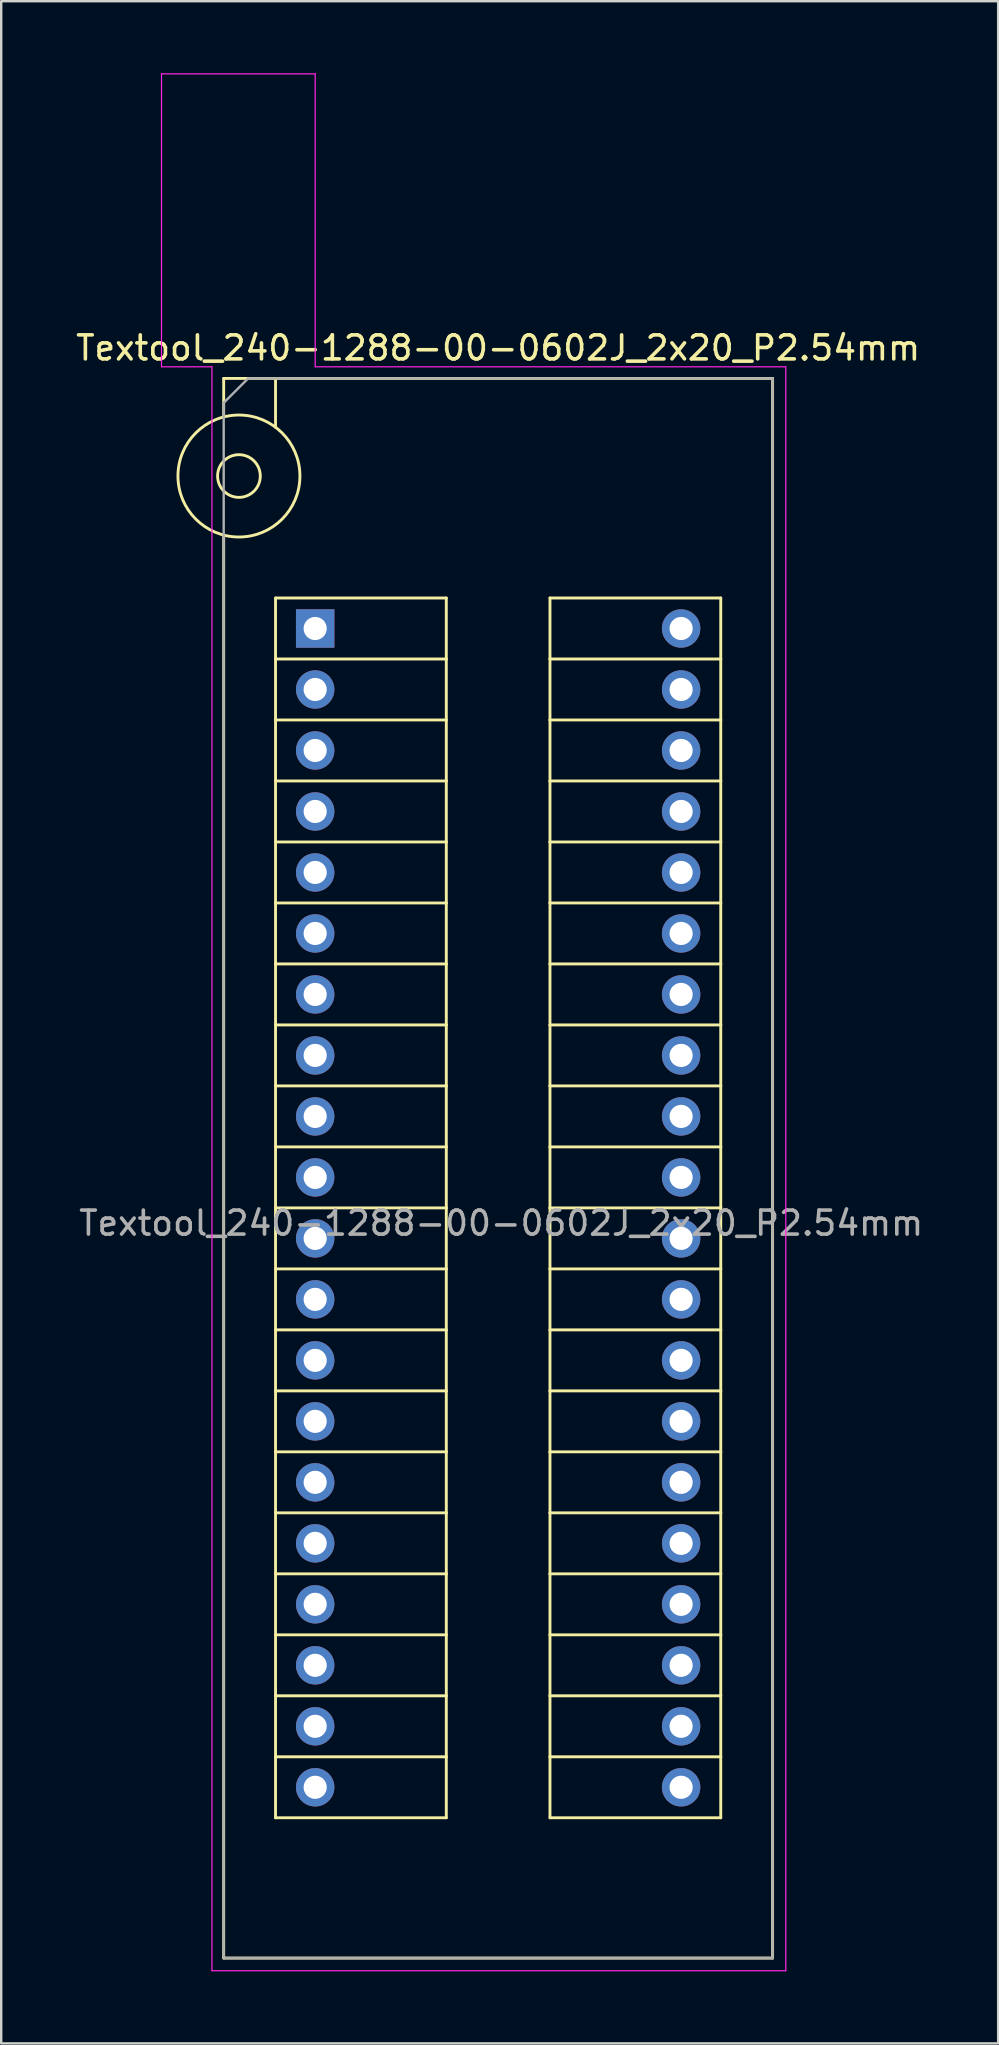
<source format=kicad_pcb>
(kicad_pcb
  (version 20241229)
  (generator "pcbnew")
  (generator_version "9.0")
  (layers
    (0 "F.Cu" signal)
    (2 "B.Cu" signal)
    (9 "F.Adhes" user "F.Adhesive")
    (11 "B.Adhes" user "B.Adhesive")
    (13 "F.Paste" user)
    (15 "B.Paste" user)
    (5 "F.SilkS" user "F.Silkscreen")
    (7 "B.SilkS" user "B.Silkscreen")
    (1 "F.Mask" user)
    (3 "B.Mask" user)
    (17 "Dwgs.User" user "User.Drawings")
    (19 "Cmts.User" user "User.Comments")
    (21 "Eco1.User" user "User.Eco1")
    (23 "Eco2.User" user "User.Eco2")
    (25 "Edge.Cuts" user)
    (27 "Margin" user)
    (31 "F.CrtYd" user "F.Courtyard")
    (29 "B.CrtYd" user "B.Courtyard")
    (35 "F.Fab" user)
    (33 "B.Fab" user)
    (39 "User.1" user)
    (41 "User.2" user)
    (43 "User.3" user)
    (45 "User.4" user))
  (footprint "Textool_240-1288-00-0602J_2x20_P2.54mm"
    (layer "F.Cu")
    (at 10.076 23.125)
    (property "Reference" "Textool_240-1288-00-0602J_2x20_P2.54mm" (at 7.62 -11.684 0) (layer "F.SilkS") (effects (font (size 1 1) (thickness 0.15))))
    (attr through_hole)
    (fp_line (start -3.81 -10.414) (end -3.81 -8.89) (stroke (width 0.12) (type solid)) (layer "F.SilkS"))
    (fp_line (start -3.81 -3.81) (end -3.81 55.372) (stroke (width 0.12) (type solid)) (layer "F.SilkS"))
    (fp_line (start -3.81 55.372) (end 19.05 55.372) (stroke (width 0.12) (type solid)) (layer "F.SilkS"))
    (fp_line (start -1.651 -10.414) (end -1.651 -8.382) (stroke (width 0.12) (type solid)) (layer "F.SilkS"))
    (fp_line (start -1.651 -1.27) (end 5.461 -1.27) (stroke (width 0.12) (type solid)) (layer "F.SilkS"))
    (fp_line (start -1.651 1.27) (end -1.651 -1.27) (stroke (width 0.12) (type solid)) (layer "F.SilkS"))
    (fp_line (start -1.651 1.27) (end 5.461 1.27) (stroke (width 0.12) (type solid)) (layer "F.SilkS"))
    (fp_line (start -1.651 3.81) (end -1.651 1.27) (stroke (width 0.12) (type solid)) (layer "F.SilkS"))
    (fp_line (start -1.651 3.81) (end 5.461 3.81) (stroke (width 0.12) (type solid)) (layer "F.SilkS"))
    (fp_line (start -1.651 6.35) (end -1.651 3.81) (stroke (width 0.12) (type solid)) (layer "F.SilkS"))
    (fp_line (start -1.651 6.35) (end 5.461 6.35) (stroke (width 0.12) (type solid)) (layer "F.SilkS"))
    (fp_line (start -1.651 8.89) (end -1.651 6.35) (stroke (width 0.12) (type solid)) (layer "F.SilkS"))
    (fp_line (start -1.651 8.89) (end 5.461 8.89) (stroke (width 0.12) (type solid)) (layer "F.SilkS"))
    (fp_line (start -1.651 11.43) (end -1.651 8.89) (stroke (width 0.12) (type solid)) (layer "F.SilkS"))
    (fp_line (start -1.651 11.43) (end 5.461 11.43) (stroke (width 0.12) (type solid)) (layer "F.SilkS"))
    (fp_line (start -1.651 13.97) (end -1.651 11.43) (stroke (width 0.12) (type solid)) (layer "F.SilkS"))
    (fp_line (start -1.651 13.97) (end 5.461 13.97) (stroke (width 0.12) (type solid)) (layer "F.SilkS"))
    (fp_line (start -1.651 16.51) (end -1.651 13.97) (stroke (width 0.12) (type solid)) (layer "F.SilkS"))
    (fp_line (start -1.651 16.51) (end 5.461 16.51) (stroke (width 0.12) (type solid)) (layer "F.SilkS"))
    (fp_line (start -1.651 19.05) (end -1.651 16.51) (stroke (width 0.12) (type solid)) (layer "F.SilkS"))
    (fp_line (start -1.651 19.05) (end 5.461 19.05) (stroke (width 0.12) (type solid)) (layer "F.SilkS"))
    (fp_line (start -1.651 21.59) (end -1.651 19.05) (stroke (width 0.12) (type solid)) (layer "F.SilkS"))
    (fp_line (start -1.651 21.59) (end 5.461 21.59) (stroke (width 0.12) (type solid)) (layer "F.SilkS"))
    (fp_line (start -1.651 24.13) (end -1.651 21.59) (stroke (width 0.12) (type solid)) (layer "F.SilkS"))
    (fp_line (start -1.651 24.13) (end 5.461 24.13) (stroke (width 0.12) (type solid)) (layer "F.SilkS"))
    (fp_line (start -1.651 26.67) (end -1.651 24.13) (stroke (width 0.12) (type solid)) (layer "F.SilkS"))
    (fp_line (start -1.651 26.67) (end 5.461 26.67) (stroke (width 0.12) (type solid)) (layer "F.SilkS"))
    (fp_line (start -1.651 29.21) (end -1.651 26.67) (stroke (width 0.12) (type solid)) (layer "F.SilkS"))
    (fp_line (start -1.651 29.21) (end 5.461 29.21) (stroke (width 0.12) (type solid)) (layer "F.SilkS"))
    (fp_line (start -1.651 31.75) (end -1.651 29.21) (stroke (width 0.12) (type solid)) (layer "F.SilkS"))
    (fp_line (start -1.651 31.75) (end 5.461 31.75) (stroke (width 0.12) (type solid)) (layer "F.SilkS"))
    (fp_line (start -1.651 34.29) (end -1.651 31.75) (stroke (width 0.12) (type solid)) (layer "F.SilkS"))
    (fp_line (start -1.651 34.29) (end 5.461 34.29) (stroke (width 0.12) (type solid)) (layer "F.SilkS"))
    (fp_line (start -1.651 36.83) (end -1.651 34.29) (stroke (width 0.12) (type solid)) (layer "F.SilkS"))
    (fp_line (start -1.651 36.83) (end 5.461 36.83) (stroke (width 0.12) (type solid)) (layer "F.SilkS"))
    (fp_line (start -1.651 39.37) (end -1.651 36.83) (stroke (width 0.12) (type solid)) (layer "F.SilkS"))
    (fp_line (start -1.651 39.37) (end 5.461 39.37) (stroke (width 0.12) (type solid)) (layer "F.SilkS"))
    (fp_line (start -1.651 41.91) (end -1.651 39.37) (stroke (width 0.12) (type solid)) (layer "F.SilkS"))
    (fp_line (start -1.651 41.91) (end 5.461 41.91) (stroke (width 0.12) (type solid)) (layer "F.SilkS"))
    (fp_line (start -1.651 44.45) (end -1.651 41.91) (stroke (width 0.12) (type solid)) (layer "F.SilkS"))
    (fp_line (start -1.651 44.45) (end 5.461 44.45) (stroke (width 0.12) (type solid)) (layer "F.SilkS"))
    (fp_line (start -1.651 46.99) (end -1.651 44.45) (stroke (width 0.12) (type solid)) (layer "F.SilkS"))
    (fp_line (start -1.651 46.99) (end 5.461 46.99) (stroke (width 0.12) (type solid)) (layer "F.SilkS"))
    (fp_line (start -1.651 49.53) (end -1.651 46.99) (stroke (width 0.12) (type solid)) (layer "F.SilkS"))
    (fp_line (start -1.651 49.53) (end 5.461 49.53) (stroke (width 0.12) (type solid)) (layer "F.SilkS"))
    (fp_line (start 5.461 -1.27) (end 5.461 1.27) (stroke (width 0.12) (type solid)) (layer "F.SilkS"))
    (fp_line (start 5.461 1.27) (end 5.461 3.81) (stroke (width 0.12) (type solid)) (layer "F.SilkS"))
    (fp_line (start 5.461 3.81) (end 5.461 6.35) (stroke (width 0.12) (type solid)) (layer "F.SilkS"))
    (fp_line (start 5.461 6.35) (end 5.461 8.89) (stroke (width 0.12) (type solid)) (layer "F.SilkS"))
    (fp_line (start 5.461 8.89) (end 5.461 11.43) (stroke (width 0.12) (type solid)) (layer "F.SilkS"))
    (fp_line (start 5.461 11.43) (end 5.461 13.97) (stroke (width 0.12) (type solid)) (layer "F.SilkS"))
    (fp_line (start 5.461 13.97) (end 5.461 16.51) (stroke (width 0.12) (type solid)) (layer "F.SilkS"))
    (fp_line (start 5.461 16.51) (end 5.461 19.05) (stroke (width 0.12) (type solid)) (layer "F.SilkS"))
    (fp_line (start 5.461 19.05) (end 5.461 21.59) (stroke (width 0.12) (type solid)) (layer "F.SilkS"))
    (fp_line (start 5.461 21.59) (end 5.461 24.13) (stroke (width 0.12) (type solid)) (layer "F.SilkS"))
    (fp_line (start 5.461 24.13) (end 5.461 26.67) (stroke (width 0.12) (type solid)) (layer "F.SilkS"))
    (fp_line (start 5.461 26.67) (end 5.461 29.21) (stroke (width 0.12) (type solid)) (layer "F.SilkS"))
    (fp_line (start 5.461 29.21) (end 5.461 31.75) (stroke (width 0.12) (type solid)) (layer "F.SilkS"))
    (fp_line (start 5.461 31.75) (end 5.461 34.29) (stroke (width 0.12) (type solid)) (layer "F.SilkS"))
    (fp_line (start 5.461 34.29) (end 5.461 36.83) (stroke (width 0.12) (type solid)) (layer "F.SilkS"))
    (fp_line (start 5.461 36.83) (end 5.461 39.37) (stroke (width 0.12) (type solid)) (layer "F.SilkS"))
    (fp_line (start 5.461 39.37) (end 5.461 41.91) (stroke (width 0.12) (type solid)) (layer "F.SilkS"))
    (fp_line (start 5.461 41.91) (end 5.461 44.45) (stroke (width 0.12) (type solid)) (layer "F.SilkS"))
    (fp_line (start 5.461 44.45) (end 5.461 46.99) (stroke (width 0.12) (type solid)) (layer "F.SilkS"))
    (fp_line (start 5.461 46.99) (end 5.461 49.53) (stroke (width 0.12) (type solid)) (layer "F.SilkS"))
    (fp_line (start 9.779 -1.27) (end 16.891 -1.27) (stroke (width 0.12) (type solid)) (layer "F.SilkS"))
    (fp_line (start 9.779 1.27) (end 9.779 -1.27) (stroke (width 0.12) (type solid)) (layer "F.SilkS"))
    (fp_line (start 9.779 1.27) (end 16.891 1.27) (stroke (width 0.12) (type solid)) (layer "F.SilkS"))
    (fp_line (start 9.779 3.81) (end 9.779 1.27) (stroke (width 0.12) (type solid)) (layer "F.SilkS"))
    (fp_line (start 9.779 3.81) (end 16.891 3.81) (stroke (width 0.12) (type solid)) (layer "F.SilkS"))
    (fp_line (start 9.779 6.35) (end 9.779 3.81) (stroke (width 0.12) (type solid)) (layer "F.SilkS"))
    (fp_line (start 9.779 6.35) (end 16.891 6.35) (stroke (width 0.12) (type solid)) (layer "F.SilkS"))
    (fp_line (start 9.779 8.89) (end 9.779 6.35) (stroke (width 0.12) (type solid)) (layer "F.SilkS"))
    (fp_line (start 9.779 8.89) (end 16.891 8.89) (stroke (width 0.12) (type solid)) (layer "F.SilkS"))
    (fp_line (start 9.779 11.43) (end 9.779 8.89) (stroke (width 0.12) (type solid)) (layer "F.SilkS"))
    (fp_line (start 9.779 11.43) (end 16.891 11.43) (stroke (width 0.12) (type solid)) (layer "F.SilkS"))
    (fp_line (start 9.779 13.97) (end 9.779 11.43) (stroke (width 0.12) (type solid)) (layer "F.SilkS"))
    (fp_line (start 9.779 13.97) (end 16.891 13.97) (stroke (width 0.12) (type solid)) (layer "F.SilkS"))
    (fp_line (start 9.779 16.51) (end 9.779 13.97) (stroke (width 0.12) (type solid)) (layer "F.SilkS"))
    (fp_line (start 9.779 16.51) (end 16.891 16.51) (stroke (width 0.12) (type solid)) (layer "F.SilkS"))
    (fp_line (start 9.779 19.05) (end 9.779 16.51) (stroke (width 0.12) (type solid)) (layer "F.SilkS"))
    (fp_line (start 9.779 19.05) (end 16.891 19.05) (stroke (width 0.12) (type solid)) (layer "F.SilkS"))
    (fp_line (start 9.779 21.59) (end 9.779 19.05) (stroke (width 0.12) (type solid)) (layer "F.SilkS"))
    (fp_line (start 9.779 21.59) (end 16.891 21.59) (stroke (width 0.12) (type solid)) (layer "F.SilkS"))
    (fp_line (start 9.779 24.13) (end 9.779 21.59) (stroke (width 0.12) (type solid)) (layer "F.SilkS"))
    (fp_line (start 9.779 24.13) (end 16.891 24.13) (stroke (width 0.12) (type solid)) (layer "F.SilkS"))
    (fp_line (start 9.779 26.67) (end 9.779 24.13) (stroke (width 0.12) (type solid)) (layer "F.SilkS"))
    (fp_line (start 9.779 26.67) (end 16.891 26.67) (stroke (width 0.12) (type solid)) (layer "F.SilkS"))
    (fp_line (start 9.779 29.21) (end 9.779 26.67) (stroke (width 0.12) (type solid)) (layer "F.SilkS"))
    (fp_line (start 9.779 29.21) (end 16.891 29.21) (stroke (width 0.12) (type solid)) (layer "F.SilkS"))
    (fp_line (start 9.779 31.75) (end 9.779 29.21) (stroke (width 0.12) (type solid)) (layer "F.SilkS"))
    (fp_line (start 9.779 31.75) (end 16.891 31.75) (stroke (width 0.12) (type solid)) (layer "F.SilkS"))
    (fp_line (start 9.779 34.29) (end 9.779 31.75) (stroke (width 0.12) (type solid)) (layer "F.SilkS"))
    (fp_line (start 9.779 34.29) (end 16.891 34.29) (stroke (width 0.12) (type solid)) (layer "F.SilkS"))
    (fp_line (start 9.779 36.83) (end 9.779 34.29) (stroke (width 0.12) (type solid)) (layer "F.SilkS"))
    (fp_line (start 9.779 36.83) (end 16.891 36.83) (stroke (width 0.12) (type solid)) (layer "F.SilkS"))
    (fp_line (start 9.779 39.37) (end 9.779 36.83) (stroke (width 0.12) (type solid)) (layer "F.SilkS"))
    (fp_line (start 9.779 39.37) (end 16.891 39.37) (stroke (width 0.12) (type solid)) (layer "F.SilkS"))
    (fp_line (start 9.779 41.91) (end 9.779 39.37) (stroke (width 0.12) (type solid)) (layer "F.SilkS"))
    (fp_line (start 9.779 41.91) (end 16.891 41.91) (stroke (width 0.12) (type solid)) (layer "F.SilkS"))
    (fp_line (start 9.779 44.45) (end 9.779 41.91) (stroke (width 0.12) (type solid)) (layer "F.SilkS"))
    (fp_line (start 9.779 44.45) (end 16.891 44.45) (stroke (width 0.12) (type solid)) (layer "F.SilkS"))
    (fp_line (start 9.779 46.99) (end 9.779 44.45) (stroke (width 0.12) (type solid)) (layer "F.SilkS"))
    (fp_line (start 9.779 46.99) (end 16.891 46.99) (stroke (width 0.12) (type solid)) (layer "F.SilkS"))
    (fp_line (start 9.779 49.53) (end 9.779 46.99) (stroke (width 0.12) (type solid)) (layer "F.SilkS"))
    (fp_line (start 9.779 49.53) (end 16.891 49.53) (stroke (width 0.12) (type solid)) (layer "F.SilkS"))
    (fp_line (start 16.891 -1.27) (end 16.891 1.27) (stroke (width 0.12) (type solid)) (layer "F.SilkS"))
    (fp_line (start 16.891 1.27) (end 16.891 3.81) (stroke (width 0.12) (type solid)) (layer "F.SilkS"))
    (fp_line (start 16.891 3.81) (end 16.891 6.35) (stroke (width 0.12) (type solid)) (layer "F.SilkS"))
    (fp_line (start 16.891 6.35) (end 16.891 8.89) (stroke (width 0.12) (type solid)) (layer "F.SilkS"))
    (fp_line (start 16.891 8.89) (end 16.891 11.43) (stroke (width 0.12) (type solid)) (layer "F.SilkS"))
    (fp_line (start 16.891 11.43) (end 16.891 13.97) (stroke (width 0.12) (type solid)) (layer "F.SilkS"))
    (fp_line (start 16.891 13.97) (end 16.891 16.51) (stroke (width 0.12) (type solid)) (layer "F.SilkS"))
    (fp_line (start 16.891 16.51) (end 16.891 19.05) (stroke (width 0.12) (type solid)) (layer "F.SilkS"))
    (fp_line (start 16.891 19.05) (end 16.891 21.59) (stroke (width 0.12) (type solid)) (layer "F.SilkS"))
    (fp_line (start 16.891 21.59) (end 16.891 24.13) (stroke (width 0.12) (type solid)) (layer "F.SilkS"))
    (fp_line (start 16.891 24.13) (end 16.891 26.67) (stroke (width 0.12) (type solid)) (layer "F.SilkS"))
    (fp_line (start 16.891 26.67) (end 16.891 29.21) (stroke (width 0.12) (type solid)) (layer "F.SilkS"))
    (fp_line (start 16.891 29.21) (end 16.891 31.75) (stroke (width 0.12) (type solid)) (layer "F.SilkS"))
    (fp_line (start 16.891 31.75) (end 16.891 34.29) (stroke (width 0.12) (type solid)) (layer "F.SilkS"))
    (fp_line (start 16.891 34.29) (end 16.891 36.83) (stroke (width 0.12) (type solid)) (layer "F.SilkS"))
    (fp_line (start 16.891 36.83) (end 16.891 39.37) (stroke (width 0.12) (type solid)) (layer "F.SilkS"))
    (fp_line (start 16.891 39.37) (end 16.891 41.91) (stroke (width 0.12) (type solid)) (layer "F.SilkS"))
    (fp_line (start 16.891 41.91) (end 16.891 44.45) (stroke (width 0.12) (type solid)) (layer "F.SilkS"))
    (fp_line (start 16.891 44.45) (end 16.891 46.99) (stroke (width 0.12) (type solid)) (layer "F.SilkS"))
    (fp_line (start 16.891 46.99) (end 16.891 49.53) (stroke (width 0.12) (type solid)) (layer "F.SilkS"))
    (fp_line (start 19.05 -10.414) (end -3.81 -10.414) (stroke (width 0.12) (type solid)) (layer "F.SilkS"))
    (fp_line (start 19.05 55.372) (end 19.05 -10.414) (stroke (width 0.12) (type solid)) (layer "F.SilkS"))
    (fp_circle (center -3.175 -6.35) (end -2.286 -6.35) (stroke (width 0.12) (type solid)) (fill no) (layer "F.SilkS"))
    (fp_circle (center -3.175 -6.35) (end -0.635 -6.35) (stroke (width 0.12) (type solid)) (fill no) (layer "F.SilkS"))
    (fp_line (start -6.4 -23.1) (end -6.4 -10.9) (stroke (width 0.05) (type solid)) (layer "F.CrtYd"))
    (fp_line (start -4.3 -10.9) (end -6.4 -10.9) (stroke (width 0.05) (type solid)) (layer "F.CrtYd"))
    (fp_line (start -4.3 55.9) (end -4.3 -10.9) (stroke (width 0.05) (type solid)) (layer "F.CrtYd"))
    (fp_line (start 0 -23.1) (end -6.4 -23.1) (stroke (width 0.05) (type solid)) (layer "F.CrtYd"))
    (fp_line (start 0 -23.1) (end 0 -10.9) (stroke (width 0.05) (type solid)) (layer "F.CrtYd"))
    (fp_line (start 19.6 -10.9) (end 0 -10.9) (stroke (width 0.05) (type solid)) (layer "F.CrtYd"))
    (fp_line (start 19.6 55.9) (end -4.3 55.9) (stroke (width 0.05) (type solid)) (layer "F.CrtYd"))
    (fp_line (start 19.6 55.9) (end 19.6 -10.9) (stroke (width 0.05) (type solid)) (layer "F.CrtYd"))
    (fp_line (start -3.81 55.372) (end -3.81 -9.398) (stroke (width 0.1) (type solid)) (layer "F.Fab"))
    (fp_line (start -3.81 55.372) (end 19.05 55.372) (stroke (width 0.1) (type solid)) (layer "F.Fab"))
    (fp_line (start -3.794 -9.414) (end -2.794 -10.414) (stroke (width 0.1) (type solid)) (layer "F.Fab"))
    (fp_line (start -2.778 -10.414) (end 19.05 -10.414) (stroke (width 0.1) (type solid)) (layer "F.Fab"))
    (fp_line (start 19.05 55.372) (end 19.05 -10.414) (stroke (width 0.1) (type solid)) (layer "F.Fab"))
    (fp_text user "${REFERENCE}" (at 7.747 24.765 0) (layer "F.Fab") (effects (font (size 1 1) (thickness 0.15))))
    (pad "1" thru_hole rect (at 0 0) (size 1.6 1.6) (drill 0.965) (layers "*.Cu" "*.Mask"))
    (pad "2" thru_hole oval (at 0 2.54) (size 1.6 1.6) (drill 0.965) (layers "*.Cu" "*.Mask"))
    (pad "3" thru_hole oval (at 0 5.08) (size 1.6 1.6) (drill 0.965) (layers "*.Cu" "*.Mask"))
    (pad "4" thru_hole oval (at 0 7.62) (size 1.6 1.6) (drill 0.965) (layers "*.Cu" "*.Mask"))
    (pad "5" thru_hole oval (at 0 10.16) (size 1.6 1.6) (drill 0.965) (layers "*.Cu" "*.Mask"))
    (pad "6" thru_hole oval (at 0 12.7) (size 1.6 1.6) (drill 0.965) (layers "*.Cu" "*.Mask"))
    (pad "7" thru_hole oval (at 0 15.24) (size 1.6 1.6) (drill 0.965) (layers "*.Cu" "*.Mask"))
    (pad "8" thru_hole oval (at 0 17.78) (size 1.6 1.6) (drill 0.965) (layers "*.Cu" "*.Mask"))
    (pad "9" thru_hole oval (at 0 20.32) (size 1.6 1.6) (drill 0.965) (layers "*.Cu" "*.Mask"))
    (pad "10" thru_hole oval (at 0 22.86) (size 1.6 1.6) (drill 0.965) (layers "*.Cu" "*.Mask"))
    (pad "11" thru_hole oval (at 0 25.4) (size 1.6 1.6) (drill 0.965) (layers "*.Cu" "*.Mask"))
    (pad "12" thru_hole oval (at 0 27.94) (size 1.6 1.6) (drill 0.965) (layers "*.Cu" "*.Mask"))
    (pad "13" thru_hole oval (at 0 30.48) (size 1.6 1.6) (drill 0.965) (layers "*.Cu" "*.Mask"))
    (pad "14" thru_hole oval (at 0 33.02) (size 1.6 1.6) (drill 0.965) (layers "*.Cu" "*.Mask"))
    (pad "15" thru_hole oval (at 0 35.56) (size 1.6 1.6) (drill 0.965) (layers "*.Cu" "*.Mask"))
    (pad "16" thru_hole oval (at 0 38.1) (size 1.6 1.6) (drill 0.965) (layers "*.Cu" "*.Mask"))
    (pad "17" thru_hole oval (at 0 40.64) (size 1.6 1.6) (drill 0.965) (layers "*.Cu" "*.Mask"))
    (pad "18" thru_hole oval (at 0 43.18) (size 1.6 1.6) (drill 0.965) (layers "*.Cu" "*.Mask"))
    (pad "19" thru_hole oval (at 0 45.72) (size 1.6 1.6) (drill 0.965) (layers "*.Cu" "*.Mask"))
    (pad "20" thru_hole oval (at 0 48.26) (size 1.6 1.6) (drill 0.965) (layers "*.Cu" "*.Mask"))
    (pad "21" thru_hole oval (at 15.24 48.26) (size 1.6 1.6) (drill 0.965) (layers "*.Cu" "*.Mask"))
    (pad "22" thru_hole oval (at 15.24 45.72) (size 1.6 1.6) (drill 0.965) (layers "*.Cu" "*.Mask"))
    (pad "23" thru_hole oval (at 15.24 43.18) (size 1.6 1.6) (drill 0.965) (layers "*.Cu" "*.Mask"))
    (pad "24" thru_hole oval (at 15.24 40.64) (size 1.6 1.6) (drill 0.965) (layers "*.Cu" "*.Mask"))
    (pad "25" thru_hole oval (at 15.24 38.1) (size 1.6 1.6) (drill 0.965) (layers "*.Cu" "*.Mask"))
    (pad "26" thru_hole oval (at 15.24 35.56) (size 1.6 1.6) (drill 0.965) (layers "*.Cu" "*.Mask"))
    (pad "27" thru_hole oval (at 15.24 33.02) (size 1.6 1.6) (drill 0.965) (layers "*.Cu" "*.Mask"))
    (pad "28" thru_hole oval (at 15.24 30.48) (size 1.6 1.6) (drill 0.965) (layers "*.Cu" "*.Mask"))
    (pad "29" thru_hole oval (at 15.24 27.94) (size 1.6 1.6) (drill 0.965) (layers "*.Cu" "*.Mask"))
    (pad "30" thru_hole oval (at 15.24 25.4) (size 1.6 1.6) (drill 0.965) (layers "*.Cu" "*.Mask"))
    (pad "31" thru_hole oval (at 15.24 22.86) (size 1.6 1.6) (drill 0.965) (layers "*.Cu" "*.Mask"))
    (pad "32" thru_hole oval (at 15.24 20.32) (size 1.6 1.6) (drill 0.965) (layers "*.Cu" "*.Mask"))
    (pad "33" thru_hole oval (at 15.24 17.78) (size 1.6 1.6) (drill 0.965) (layers "*.Cu" "*.Mask"))
    (pad "34" thru_hole oval (at 15.24 15.24) (size 1.6 1.6) (drill 0.965) (layers "*.Cu" "*.Mask"))
    (pad "35" thru_hole oval (at 15.24 12.7) (size 1.6 1.6) (drill 0.965) (layers "*.Cu" "*.Mask"))
    (pad "36" thru_hole oval (at 15.24 10.16) (size 1.6 1.6) (drill 0.965) (layers "*.Cu" "*.Mask"))
    (pad "37" thru_hole oval (at 15.24 7.62) (size 1.6 1.6) (drill 0.965) (layers "*.Cu" "*.Mask"))
    (pad "38" thru_hole oval (at 15.24 5.08) (size 1.6 1.6) (drill 0.965) (layers "*.Cu" "*.Mask"))
    (pad "39" thru_hole oval (at 15.24 2.54) (size 1.6 1.6) (drill 0.965) (layers "*.Cu" "*.Mask"))
    (pad "40" thru_hole oval (at 15.24 0) (size 1.6 1.6) (drill 0.965) (layers "*.Cu" "*.Mask")))
  (gr_rect
    (start -3 -3)
    (end 38.52 82.05)
    (stroke (width 0.1) (type default))
    (fill no)
    (layer "Edge.Cuts")))
</source>
